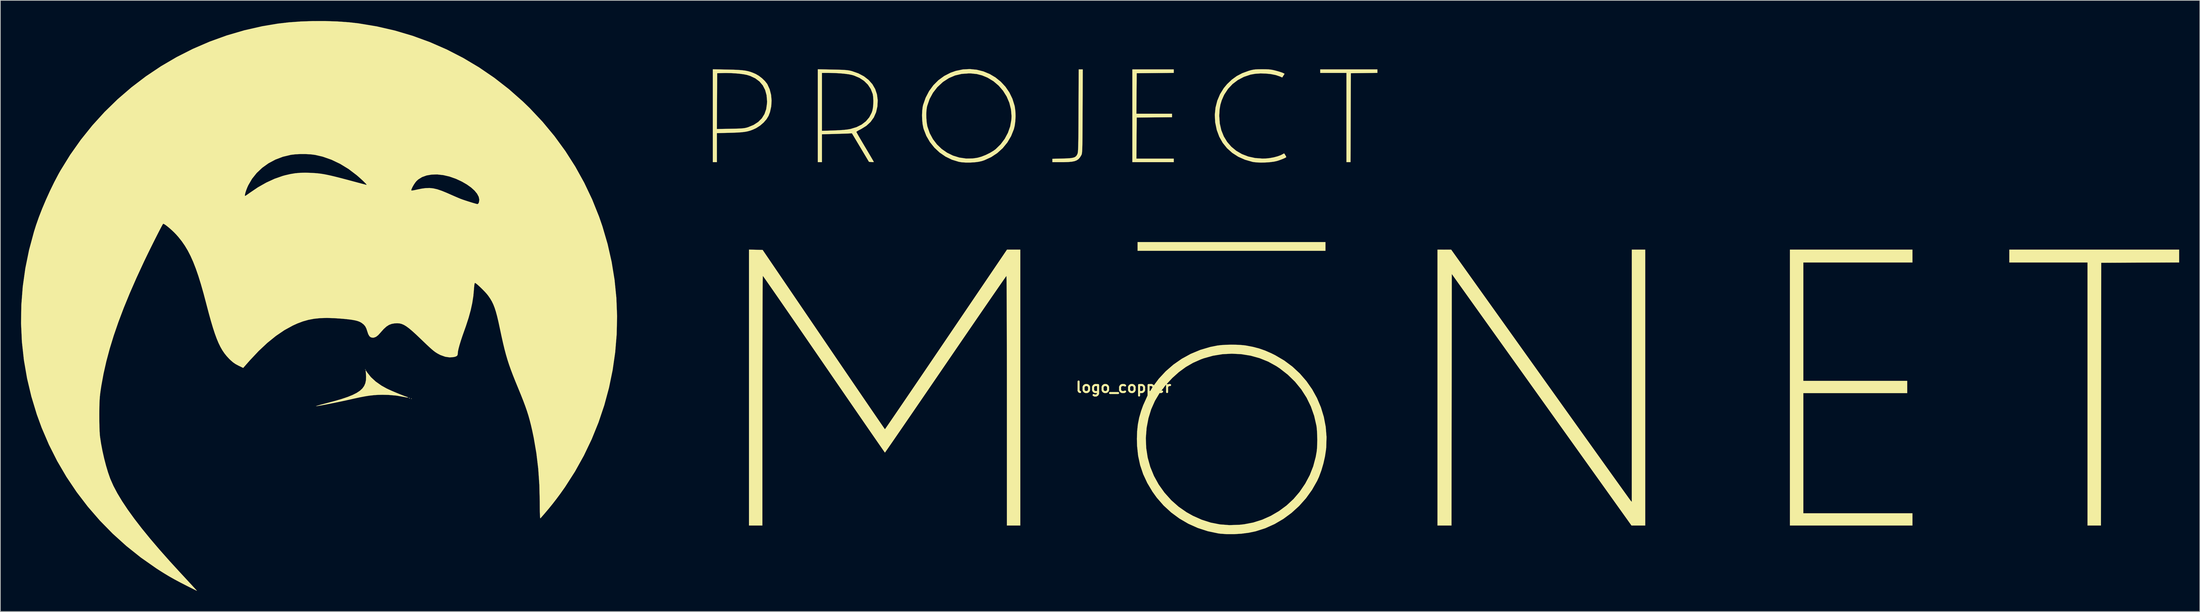
<source format=kicad_pcb>
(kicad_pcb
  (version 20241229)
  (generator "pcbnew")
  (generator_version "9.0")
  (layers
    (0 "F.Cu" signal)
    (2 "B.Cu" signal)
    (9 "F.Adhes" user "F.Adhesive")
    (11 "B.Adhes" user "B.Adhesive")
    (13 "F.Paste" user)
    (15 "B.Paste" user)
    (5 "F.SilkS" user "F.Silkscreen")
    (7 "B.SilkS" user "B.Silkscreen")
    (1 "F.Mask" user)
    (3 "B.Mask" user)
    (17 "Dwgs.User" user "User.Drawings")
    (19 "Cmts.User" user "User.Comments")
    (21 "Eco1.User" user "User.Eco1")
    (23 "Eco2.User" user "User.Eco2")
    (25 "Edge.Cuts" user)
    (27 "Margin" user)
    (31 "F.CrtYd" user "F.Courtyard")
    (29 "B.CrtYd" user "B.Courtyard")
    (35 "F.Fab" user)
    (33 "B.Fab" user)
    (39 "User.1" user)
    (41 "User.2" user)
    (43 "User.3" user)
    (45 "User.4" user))
  (footprint "logo_copper"
    (layer "F.Cu")
    (at 159.985 53.169)
    (property "Reference" "logo_copper" (at 0 0 0) (layer "F.SilkS") (effects (font (size 1.524 1.524) (thickness 0.3))))
    (attr through_hole)
    (fp_poly (pts (xy -109.982 -2.582) (xy -110.024 -2.54) (xy -110.067 -2.582) (xy -110.024 -2.625) (xy -109.982 -2.582)) (stroke (width 0.01) (type solid)) (fill yes) (layer "F.SilkS"))
    (fp_poly (pts (xy -103.293 1.651) (xy -103.336 1.693) (xy -103.378 1.651) (xy -103.336 1.609) (xy -103.293 1.651)) (stroke (width 0.01) (type solid)) (fill yes) (layer "F.SilkS"))
    (fp_poly (pts (xy 29.295 -19.812) (xy 2.032 -19.812) (xy 2.032 -21.082) (xy 29.295 -21.082) (xy 29.295 -19.812)) (stroke (width 0.01) (type solid)) (fill yes) (layer "F.SilkS"))
    (fp_poly (pts (xy -103.576 1.552) (xy -103.587 1.603) (xy -103.632 1.609) (xy -103.702 1.578) (xy -103.688 1.552) (xy -103.588 1.542) (xy -103.576 1.552)) (stroke (width 0.01) (type solid)) (fill yes) (layer "F.SilkS"))
    (fp_poly (pts (xy 153.162 -18.12) (xy 141.859 -18.076) (xy 141.838 0.995) (xy 141.816 20.066) (xy 139.869 20.066) (xy 139.869 -18.119) (xy 128.524 -18.119) (xy 128.524 -19.981) (xy 153.162 -19.981) (xy 153.162 -18.12)) (stroke (width 0.01) (type solid)) (fill yes) (layer "F.SilkS"))
    (fp_poly (pts (xy 36.83 -45.639) (xy 34.904 -45.616) (xy 32.978 -45.593) (xy 32.956 -39.137) (xy 32.934 -32.681) (xy 32.343 -32.681) (xy 32.343 -45.635) (xy 28.533 -45.635) (xy 28.533 -46.143) (xy 36.83 -46.143) (xy 36.83 -45.639)) (stroke (width 0.01) (type solid)) (fill yes) (layer "F.SilkS"))
    (fp_poly (pts (xy 114.469 -18.119) (xy 98.637 -18.119) (xy 98.637 -0.931) (xy 113.707 -0.931) (xy 113.707 0.847) (xy 98.637 0.847) (xy 98.637 18.288) (xy 114.469 18.288) (xy 114.469 20.066) (xy 96.689 20.066) (xy 96.689 -19.981) (xy 114.469 -19.981) (xy 114.469 -18.119)) (stroke (width 0.01) (type solid)) (fill yes) (layer "F.SilkS"))
    (fp_poly (pts (xy 7.281 -45.638) (xy 1.905 -45.593) (xy 1.883 -42.651) (xy 1.86 -39.709) (xy 7.027 -39.709) (xy 7.027 -39.203) (xy 1.905 -39.158) (xy 1.883 -36.174) (xy 1.861 -33.189) (xy 7.281 -33.189) (xy 7.281 -32.681) (xy 1.27 -32.681) (xy 1.27 -46.143) (xy 7.281 -46.143) (xy 7.281 -45.638)) (stroke (width 0.01) (type solid)) (fill yes) (layer "F.SilkS"))
    (fp_poly (pts (xy 75.692 20.066) (xy 73.702 20.066) (xy 47.625 -16.443) (xy 47.604 1.812) (xy 47.582 20.066) (xy 45.551 20.066) (xy 45.551 -19.981) (xy 46.545 -19.979) (xy 47.54 -19.977) (xy 60.452 -1.888) (xy 61.574 -0.316) (xy 62.672 1.222) (xy 63.741 2.719) (xy 64.777 4.169) (xy 65.776 5.567) (xy 66.734 6.908) (xy 67.647 8.184) (xy 68.51 9.391) (xy 69.319 10.522) (xy 70.071 11.573) (xy 70.76 12.536) (xy 71.384 13.407) (xy 71.938 14.179) (xy 72.417 14.847) (xy 72.818 15.405) (xy 73.136 15.847) (xy 73.367 16.168) (xy 73.507 16.36) (xy 73.551 16.419) (xy 73.739 16.637) (xy 73.742 -1.672) (xy 73.745 -19.981) (xy 75.692 -19.981) (xy 75.692 20.066)) (stroke (width 0.01) (type solid)) (fill yes) (layer "F.SilkS"))
    (fp_poly (pts (xy -5.946 -40.069) (xy -5.95 -38.905) (xy -5.955 -37.899) (xy -5.96 -37.038) (xy -5.965 -36.309) (xy -5.972 -35.702) (xy -5.98 -35.204) (xy -5.99 -34.803) (xy -6.001 -34.486) (xy -6.015 -34.242) (xy -6.032 -34.058) (xy -6.052 -33.923) (xy -6.075 -33.824) (xy -6.102 -33.749) (xy -6.127 -33.697) (xy -6.317 -33.383) (xy -6.526 -33.139) (xy -6.778 -32.957) (xy -7.097 -32.829) (xy -7.506 -32.746) (xy -8.028 -32.7) (xy -8.688 -32.682) (xy -8.948 -32.681) (xy -10.329 -32.681) (xy -10.329 -33.17) (xy -8.869 -33.205) (xy -8.242 -33.225) (xy -7.761 -33.257) (xy -7.402 -33.307) (xy -7.141 -33.383) (xy -6.954 -33.491) (xy -6.819 -33.639) (xy -6.711 -33.834) (xy -6.703 -33.851) (xy -6.676 -33.924) (xy -6.652 -34.022) (xy -6.631 -34.157) (xy -6.614 -34.342) (xy -6.599 -34.587) (xy -6.586 -34.905) (xy -6.576 -35.308) (xy -6.567 -35.809) (xy -6.559 -36.419) (xy -6.553 -37.151) (xy -6.547 -38.016) (xy -6.542 -39.027) (xy -6.537 -40.153) (xy -6.513 -46.143) (xy -5.922 -46.143) (xy -5.946 -40.069)) (stroke (width 0.01) (type solid)) (fill yes) (layer "F.SilkS"))
    (fp_poly (pts (xy -109.758 -2.156) (xy -109.213 -1.471) (xy -108.517 -0.83) (xy -107.683 -0.243) (xy -106.948 0.167) (xy -106.627 0.32) (xy -106.204 0.509) (xy -105.72 0.716) (xy -105.218 0.924) (xy -104.74 1.116) (xy -104.326 1.275) (xy -104.018 1.384) (xy -103.985 1.394) (xy -103.825 1.454) (xy -103.81 1.485) (xy -103.917 1.487) (xy -104.125 1.46) (xy -104.403 1.404) (xy -105.491 1.209) (xy -106.659 1.107) (xy -107.527 1.088) (xy -108.156 1.1) (xy -108.764 1.139) (xy -109.386 1.207) (xy -110.057 1.311) (xy -110.811 1.455) (xy -111.683 1.644) (xy -111.905 1.695) (xy -112.52 1.833) (xy -113.19 1.979) (xy -113.888 2.126) (xy -114.587 2.27) (xy -115.258 2.405) (xy -115.875 2.525) (xy -116.41 2.625) (xy -116.836 2.699) (xy -117.126 2.742) (xy -117.136 2.743) (xy -117.178 2.738) (xy -117.071 2.696) (xy -116.833 2.624) (xy -116.48 2.524) (xy -116.029 2.404) (xy -115.612 2.296) (xy -114.45 1.987) (xy -113.445 1.692) (xy -112.589 1.403) (xy -111.872 1.113) (xy -111.283 0.816) (xy -110.814 0.504) (xy -110.454 0.17) (xy -110.194 -0.193) (xy -110.023 -0.592) (xy -109.933 -1.034) (xy -109.913 -1.526) (xy -109.927 -1.814) (xy -109.979 -2.491) (xy -109.758 -2.156)) (stroke (width 0.01) (type solid)) (fill yes) (layer "F.SilkS"))
    (fp_poly (pts (xy -57.425 -46.12) (xy -56.612 -46.1) (xy -55.941 -46.071) (xy -55.385 -46.03) (xy -54.916 -45.971) (xy -54.508 -45.89) (xy -54.134 -45.784) (xy -53.765 -45.647) (xy -53.375 -45.475) (xy -53.36 -45.468) (xy -52.915 -45.208) (xy -52.46 -44.856) (xy -52.048 -44.458) (xy -51.732 -44.061) (xy -51.681 -43.979) (xy -51.354 -43.262) (xy -51.151 -42.465) (xy -51.074 -41.625) (xy -51.125 -40.776) (xy -51.304 -39.955) (xy -51.514 -39.4) (xy -51.808 -38.915) (xy -52.226 -38.435) (xy -52.73 -37.998) (xy -53.278 -37.642) (xy -53.429 -37.565) (xy -53.81 -37.393) (xy -54.176 -37.257) (xy -54.554 -37.152) (xy -54.973 -37.074) (xy -55.463 -37.018) (xy -56.052 -36.978) (xy -56.768 -36.95) (xy -57.129 -36.94) (xy -59.013 -36.894) (xy -59.013 -32.681) (xy -59.605 -32.681) (xy -59.605 -37.491) (xy -59.014 -37.491) (xy -57.045 -37.527) (xy -56.398 -37.54) (xy -55.893 -37.555) (xy -55.502 -37.573) (xy -55.199 -37.599) (xy -54.955 -37.633) (xy -54.745 -37.678) (xy -54.539 -37.737) (xy -54.483 -37.755) (xy -53.681 -38.086) (xy -53.018 -38.514) (xy -52.493 -39.039) (xy -52.106 -39.663) (xy -51.855 -40.386) (xy -51.74 -41.212) (xy -51.731 -41.529) (xy -51.801 -42.392) (xy -52.01 -43.159) (xy -52.354 -43.826) (xy -52.831 -44.389) (xy -53.44 -44.846) (xy -54.176 -45.194) (xy -54.652 -45.341) (xy -55.1 -45.432) (xy -55.671 -45.509) (xy -56.321 -45.569) (xy -57.003 -45.608) (xy -57.674 -45.622) (xy -58.039 -45.618) (xy -58.97 -45.593) (xy -58.992 -41.542) (xy -59.014 -37.491) (xy -59.605 -37.491) (xy -59.605 -46.162) (xy -57.425 -46.12)) (stroke (width 0.01) (type solid)) (fill yes) (layer "F.SilkS"))
    (fp_poly (pts (xy 20.635 -46.165) (xy 21.044 -46.148) (xy 21.389 -46.111) (xy 21.723 -46.049) (xy 22.097 -45.956) (xy 22.111 -45.952) (xy 22.486 -45.847) (xy 22.82 -45.743) (xy 23.065 -45.656) (xy 23.145 -45.621) (xy 23.361 -45.507) (xy 23.021 -44.971) (xy 22.665 -45.127) (xy 22.081 -45.324) (xy 21.384 -45.464) (xy 20.622 -45.542) (xy 19.842 -45.558) (xy 19.093 -45.507) (xy 18.421 -45.388) (xy 18.415 -45.386) (xy 17.455 -45.062) (xy 16.584 -44.605) (xy 15.816 -44.024) (xy 15.162 -43.328) (xy 14.635 -42.528) (xy 14.534 -42.331) (xy 14.245 -41.67) (xy 14.049 -41.026) (xy 13.934 -40.347) (xy 13.888 -39.577) (xy 13.885 -39.336) (xy 13.961 -38.283) (xy 14.184 -37.307) (xy 14.543 -36.415) (xy 15.03 -35.616) (xy 15.637 -34.916) (xy 16.355 -34.325) (xy 17.174 -33.849) (xy 18.085 -33.498) (xy 19.08 -33.28) (xy 20.15 -33.201) (xy 20.695 -33.216) (xy 21.255 -33.277) (xy 21.828 -33.386) (xy 22.365 -33.531) (xy 22.818 -33.699) (xy 23.086 -33.841) (xy 23.238 -33.927) (xy 23.312 -33.942) (xy 23.44 -33.745) (xy 23.548 -33.556) (xy 23.606 -33.428) (xy 23.608 -33.404) (xy 23.45 -33.308) (xy 23.176 -33.182) (xy 22.833 -33.044) (xy 22.467 -32.915) (xy 22.267 -32.852) (xy 21.801 -32.75) (xy 21.221 -32.676) (xy 20.579 -32.632) (xy 19.929 -32.62) (xy 19.323 -32.642) (xy 18.815 -32.7) (xy 18.711 -32.72) (xy 17.622 -33.031) (xy 16.639 -33.468) (xy 15.769 -34.027) (xy 15.016 -34.7) (xy 14.387 -35.482) (xy 13.887 -36.367) (xy 13.523 -37.348) (xy 13.3 -38.42) (xy 13.29 -38.497) (xy 13.237 -39.558) (xy 13.341 -40.6) (xy 13.597 -41.605) (xy 13.998 -42.552) (xy 14.538 -43.423) (xy 15.01 -43.993) (xy 15.701 -44.653) (xy 16.427 -45.18) (xy 17.229 -45.599) (xy 18.148 -45.934) (xy 18.177 -45.943) (xy 18.51 -46.037) (xy 18.804 -46.101) (xy 19.108 -46.141) (xy 19.469 -46.161) (xy 19.936 -46.169) (xy 20.108 -46.17) (xy 20.635 -46.165)) (stroke (width 0.01) (type solid)) (fill yes) (layer "F.SilkS"))
    (fp_poly (pts (xy -42.227 -46.121) (xy -41.539 -46.106) (xy -40.994 -46.09) (xy -40.564 -46.069) (xy -40.224 -46.043) (xy -39.947 -46.009) (xy -39.705 -45.965) (xy -39.473 -45.909) (xy -39.418 -45.894) (xy -38.483 -45.566) (xy -37.672 -45.135) (xy -36.992 -44.608) (xy -36.447 -43.991) (xy -36.043 -43.292) (xy -35.784 -42.518) (xy -35.675 -41.675) (xy -35.72 -40.779) (xy -35.909 -39.932) (xy -36.239 -39.18) (xy -36.71 -38.522) (xy -37.321 -37.959) (xy -38.071 -37.493) (xy -38.138 -37.459) (xy -38.43 -37.307) (xy -38.651 -37.178) (xy -38.768 -37.092) (xy -38.777 -37.076) (xy -38.736 -36.989) (xy -38.617 -36.775) (xy -38.434 -36.453) (xy -38.196 -36.043) (xy -37.913 -35.562) (xy -37.598 -35.029) (xy -37.507 -34.877) (xy -37.185 -34.335) (xy -36.893 -33.841) (xy -36.642 -33.414) (xy -36.442 -33.072) (xy -36.305 -32.834) (xy -36.241 -32.717) (xy -36.237 -32.709) (xy -36.312 -32.691) (xy -36.501 -32.692) (xy -36.59 -32.698) (xy -36.943 -32.724) (xy -38.181 -34.798) (xy -39.42 -36.872) (xy -39.712 -36.85) (xy -39.882 -36.841) (xy -40.191 -36.829) (xy -40.611 -36.815) (xy -41.113 -36.799) (xy -41.667 -36.783) (xy -41.889 -36.777) (xy -43.773 -36.727) (xy -43.773 -32.681) (xy -44.365 -32.681) (xy -44.365 -37.226) (xy -43.773 -37.226) (xy -42.058 -37.283) (xy -41.26 -37.317) (xy -40.608 -37.362) (xy -40.08 -37.42) (xy -39.653 -37.493) (xy -39.611 -37.502) (xy -38.75 -37.764) (xy -38.007 -38.134) (xy -37.39 -38.609) (xy -36.904 -39.184) (xy -36.554 -39.854) (xy -36.448 -40.166) (xy -36.368 -40.566) (xy -36.321 -41.064) (xy -36.309 -41.597) (xy -36.331 -42.103) (xy -36.39 -42.519) (xy -36.408 -42.591) (xy -36.685 -43.303) (xy -37.105 -43.935) (xy -37.657 -44.477) (xy -38.332 -44.919) (xy -39.118 -45.251) (xy -39.415 -45.339) (xy -39.849 -45.428) (xy -40.415 -45.506) (xy -41.077 -45.568) (xy -41.797 -45.611) (xy -42.539 -45.632) (xy -42.778 -45.634) (xy -43.773 -45.635) (xy -43.773 -37.226) (xy -44.365 -37.226) (xy -44.365 -46.164) (xy -42.227 -46.121)) (stroke (width 0.01) (type solid)) (fill yes) (layer "F.SilkS"))
    (fp_poly (pts (xy -21.304 -46.094) (xy -20.342 -45.852) (xy -19.431 -45.475) (xy -18.584 -44.973) (xy -17.816 -44.353) (xy -17.141 -43.626) (xy -16.574 -42.799) (xy -16.128 -41.882) (xy -15.819 -40.882) (xy -15.784 -40.718) (xy -15.698 -40.079) (xy -15.673 -39.367) (xy -15.706 -38.643) (xy -15.797 -37.966) (xy -15.919 -37.465) (xy -16.324 -36.455) (xy -16.869 -35.532) (xy -17.54 -34.71) (xy -18.326 -34) (xy -19.214 -33.414) (xy -20.193 -32.964) (xy -20.532 -32.848) (xy -21.012 -32.737) (xy -21.603 -32.662) (xy -22.251 -32.623) (xy -22.9 -32.623) (xy -23.495 -32.664) (xy -23.913 -32.731) (xy -24.91 -33.038) (xy -25.843 -33.493) (xy -26.695 -34.08) (xy -27.452 -34.786) (xy -28.099 -35.595) (xy -28.62 -36.492) (xy -29 -37.464) (xy -29.057 -37.665) (xy -29.161 -38.194) (xy -29.223 -38.818) (xy -29.243 -39.479) (xy -29.237 -39.657) (xy -28.628 -39.657) (xy -28.616 -39.058) (xy -28.569 -38.474) (xy -28.487 -37.962) (xy -28.458 -37.835) (xy -28.129 -36.882) (xy -27.665 -36.018) (xy -27.081 -35.252) (xy -26.392 -34.593) (xy -25.612 -34.05) (xy -24.756 -33.631) (xy -23.84 -33.348) (xy -22.876 -33.207) (xy -21.881 -33.219) (xy -21.184 -33.321) (xy -20.625 -33.478) (xy -20.009 -33.72) (xy -19.4 -34.019) (xy -18.857 -34.346) (xy -18.561 -34.566) (xy -17.844 -35.265) (xy -17.247 -36.064) (xy -16.78 -36.939) (xy -16.455 -37.868) (xy -16.282 -38.828) (xy -16.256 -39.37) (xy -16.338 -40.35) (xy -16.578 -41.301) (xy -16.962 -42.202) (xy -17.48 -43.034) (xy -18.119 -43.78) (xy -18.867 -44.419) (xy -19.711 -44.932) (xy -19.77 -44.961) (xy -20.539 -45.278) (xy -21.309 -45.473) (xy -22.141 -45.558) (xy -22.479 -45.564) (xy -23.505 -45.49) (xy -24.456 -45.265) (xy -25.341 -44.887) (xy -26.168 -44.352) (xy -26.264 -44.277) (xy -27.03 -43.562) (xy -27.66 -42.75) (xy -28.148 -41.85) (xy -28.486 -40.872) (xy -28.538 -40.659) (xy -28.602 -40.211) (xy -28.628 -39.657) (xy -29.237 -39.657) (xy -29.22 -40.122) (xy -29.153 -40.691) (xy -29.091 -40.978) (xy -28.723 -42.032) (xy -28.224 -42.989) (xy -27.604 -43.84) (xy -26.87 -44.575) (xy -26.032 -45.186) (xy -25.098 -45.665) (xy -24.346 -45.929) (xy -23.32 -46.142) (xy -22.301 -46.194) (xy -21.304 -46.094)) (stroke (width 0.01) (type solid)) (fill yes) (layer "F.SilkS"))
    (fp_poly (pts (xy -53.363 -19.963) (xy -52.371 -19.939) (xy -43.521 -6.926) (xy -42.61 -5.586) (xy -41.725 -4.285) (xy -40.869 -3.029) (xy -40.049 -1.825) (xy -39.268 -0.679) (xy -38.531 0.402) (xy -37.843 1.41) (xy -37.209 2.338) (xy -36.633 3.181) (xy -36.12 3.93) (xy -35.675 4.58) (xy -35.302 5.123) (xy -35.006 5.552) (xy -34.793 5.861) (xy -34.665 6.042) (xy -34.629 6.091) (xy -34.578 6.022) (xy -34.436 5.82) (xy -34.209 5.492) (xy -33.902 5.044) (xy -33.518 4.483) (xy -33.063 3.816) (xy -32.54 3.051) (xy -31.956 2.193) (xy -31.314 1.25) (xy -30.62 0.229) (xy -29.878 -0.863) (xy -29.092 -2.02) (xy -28.267 -3.235) (xy -27.409 -4.501) (xy -26.521 -5.81) (xy -25.753 -6.944) (xy -16.919 -19.981) (xy -14.986 -19.981) (xy -14.986 20.066) (xy -16.933 20.066) (xy -16.933 1.947) (xy -16.934 0.209) (xy -16.934 -1.485) (xy -16.936 -3.125) (xy -16.938 -4.704) (xy -16.94 -6.215) (xy -16.943 -7.649) (xy -16.946 -8.999) (xy -16.95 -10.257) (xy -16.954 -11.415) (xy -16.958 -12.466) (xy -16.963 -13.402) (xy -16.968 -14.216) (xy -16.974 -14.898) (xy -16.979 -15.442) (xy -16.985 -15.84) (xy -16.991 -16.084) (xy -16.997 -16.167) (xy -17.05 -16.098) (xy -17.195 -15.895) (xy -17.425 -15.567) (xy -17.736 -15.12) (xy -18.124 -14.56) (xy -18.583 -13.895) (xy -19.11 -13.132) (xy -19.698 -12.277) (xy -20.344 -11.338) (xy -21.042 -10.321) (xy -21.788 -9.234) (xy -22.577 -8.083) (xy -23.405 -6.874) (xy -24.266 -5.616) (xy -25.156 -4.315) (xy -25.823 -3.34) (xy -26.73 -2.012) (xy -27.613 -0.722) (xy -28.465 0.523) (xy -29.282 1.716) (xy -30.059 2.851) (xy -30.791 3.92) (xy -31.475 4.916) (xy -32.104 5.833) (xy -32.675 6.663) (xy -33.182 7.4) (xy -33.621 8.037) (xy -33.987 8.566) (xy -34.275 8.982) (xy -34.481 9.276) (xy -34.599 9.443) (xy -34.628 9.48) (xy -34.68 9.411) (xy -34.822 9.21) (xy -35.051 8.882) (xy -35.362 8.436) (xy -35.749 7.877) (xy -36.208 7.213) (xy -36.734 6.452) (xy -37.323 5.598) (xy -37.969 4.661) (xy -38.669 3.645) (xy -39.416 2.559) (xy -40.208 1.41) (xy -41.037 0.203) (xy -41.901 -1.053) (xy -42.794 -2.353) (xy -43.476 -3.347) (xy -44.388 -4.674) (xy -45.274 -5.963) (xy -46.13 -7.208) (xy -46.951 -8.401) (xy -47.733 -9.535) (xy -48.47 -10.603) (xy -49.158 -11.599) (xy -49.791 -12.516) (xy -50.366 -13.347) (xy -50.878 -14.084) (xy -51.321 -14.722) (xy -51.69 -15.252) (xy -51.983 -15.669) (xy -52.192 -15.965) (xy -52.314 -16.133) (xy -52.345 -16.171) (xy -52.351 -16.088) (xy -52.357 -15.843) (xy -52.363 -15.444) (xy -52.368 -14.899) (xy -52.374 -14.216) (xy -52.379 -13.402) (xy -52.384 -12.466) (xy -52.388 -11.414) (xy -52.392 -10.255) (xy -52.396 -8.996) (xy -52.399 -7.646) (xy -52.402 -6.211) (xy -52.404 -4.7) (xy -52.406 -3.12) (xy -52.408 -1.48) (xy -52.408 0.214) (xy -52.409 1.947) (xy -52.409 20.066) (xy -54.356 20.066) (xy -54.356 -19.987) (xy -53.363 -19.963)) (stroke (width 0.01) (type solid)) (fill yes) (layer "F.SilkS"))
    (fp_poly (pts (xy 16.329 -6.176) (xy 17.022 -6.142) (xy 17.614 -6.083) (xy 17.74 -6.064) (xy 18.754 -5.872) (xy 19.668 -5.633) (xy 20.543 -5.327) (xy 21.442 -4.933) (xy 22.013 -4.648) (xy 23.307 -3.887) (xy 24.496 -3) (xy 25.572 -1.999) (xy 26.53 -0.896) (xy 27.364 0.297) (xy 28.067 1.57) (xy 28.633 2.91) (xy 29.057 4.307) (xy 29.331 5.747) (xy 29.449 7.221) (xy 29.406 8.717) (xy 29.375 9.042) (xy 29.226 10.033) (xy 28.996 11.06) (xy 28.701 12.067) (xy 28.355 13) (xy 28.087 13.586) (xy 27.341 14.897) (xy 26.465 16.114) (xy 25.471 17.228) (xy 24.373 18.229) (xy 23.182 19.107) (xy 21.911 19.852) (xy 20.572 20.454) (xy 19.178 20.902) (xy 19.129 20.914) (xy 18.164 21.114) (xy 17.116 21.251) (xy 16.038 21.32) (xy 14.985 21.32) (xy 14.011 21.248) (xy 13.71 21.206) (xy 12.21 20.89) (xy 10.768 20.421) (xy 9.396 19.806) (xy 8.104 19.053) (xy 6.904 18.168) (xy 5.806 17.158) (xy 4.822 16.03) (xy 4.193 15.155) (xy 3.441 13.893) (xy 2.847 12.618) (xy 2.407 11.311) (xy 2.112 9.951) (xy 1.959 8.518) (xy 1.932 7.493) (xy 1.935 7.379) (xy 3.228 7.379) (xy 3.282 8.811) (xy 3.498 10.21) (xy 3.874 11.566) (xy 4.407 12.87) (xy 5.093 14.114) (xy 5.93 15.29) (xy 6.915 16.388) (xy 6.945 16.418) (xy 7.987 17.34) (xy 9.138 18.14) (xy 10.056 18.654) (xy 11.348 19.23) (xy 12.651 19.646) (xy 13.984 19.905) (xy 15.359 20.009) (xy 16.794 19.961) (xy 17.484 19.887) (xy 18.809 19.634) (xy 20.108 19.223) (xy 21.361 18.665) (xy 22.551 17.97) (xy 23.657 17.152) (xy 24.661 16.219) (xy 25.534 15.198) (xy 26.353 13.994) (xy 27.012 12.759) (xy 27.518 11.473) (xy 27.879 10.119) (xy 28.018 9.339) (xy 28.067 8.868) (xy 28.096 8.281) (xy 28.105 7.63) (xy 28.094 6.966) (xy 28.064 6.341) (xy 28.016 5.806) (xy 27.985 5.588) (xy 27.66 4.158) (xy 27.182 2.796) (xy 26.556 1.509) (xy 25.786 0.305) (xy 24.876 -0.81) (xy 23.832 -1.828) (xy 22.659 -2.744) (xy 22.162 -3.075) (xy 20.992 -3.72) (xy 19.744 -4.225) (xy 18.436 -4.587) (xy 17.086 -4.805) (xy 15.713 -4.878) (xy 14.334 -4.804) (xy 12.969 -4.58) (xy 11.635 -4.206) (xy 11.218 -4.055) (xy 10.08 -3.551) (xy 9.026 -2.942) (xy 8.024 -2.205) (xy 7.083 -1.363) (xy 6.078 -0.292) (xy 5.234 0.817) (xy 4.546 1.975) (xy 4.006 3.194) (xy 3.609 4.486) (xy 3.347 5.864) (xy 3.34 5.92) (xy 3.228 7.379) (xy 1.935 7.379) (xy 1.967 6.387) (xy 2.074 5.382) (xy 2.262 4.42) (xy 2.543 3.443) (xy 2.838 2.624) (xy 3.46 1.243) (xy 4.219 -0.046) (xy 5.106 -1.236) (xy 6.111 -2.319) (xy 7.224 -3.287) (xy 8.436 -4.132) (xy 9.736 -4.846) (xy 11.116 -5.422) (xy 12.564 -5.851) (xy 13.601 -6.058) (xy 14.17 -6.125) (xy 14.85 -6.167) (xy 15.587 -6.184) (xy 16.329 -6.176)) (stroke (width 0.01) (type solid)) (fill yes) (layer "F.SilkS"))
    (fp_poly (pts (xy -114.118 -53.106) (xy -112.431 -52.987) (xy -111.04 -52.831) (xy -108.36 -52.386) (xy -105.731 -51.781) (xy -103.157 -51.018) (xy -100.645 -50.1) (xy -98.199 -49.029) (xy -95.825 -47.808) (xy -93.529 -46.44) (xy -91.315 -44.928) (xy -89.19 -43.273) (xy -87.158 -41.48) (xy -86.154 -40.507) (xy -84.303 -38.537) (xy -82.583 -36.463) (xy -81 -34.292) (xy -79.557 -32.031) (xy -78.257 -29.684) (xy -77.105 -27.259) (xy -76.104 -24.761) (xy -75.623 -23.368) (xy -74.871 -20.798) (xy -74.284 -18.201) (xy -73.859 -15.586) (xy -73.597 -12.959) (xy -73.494 -10.329) (xy -73.552 -7.703) (xy -73.767 -5.089) (xy -74.14 -2.495) (xy -74.668 0.073) (xy -75.351 2.605) (xy -76.187 5.095) (xy -77.175 7.534) (xy -78.314 9.915) (xy -79.603 12.231) (xy -81.04 14.473) (xy -81.726 15.444) (xy -82.284 16.196) (xy -82.833 16.905) (xy -83.407 17.614) (xy -84.042 18.364) (xy -84.619 19.026) (xy -84.647 19) (xy -84.67 18.849) (xy -84.687 18.562) (xy -84.701 18.133) (xy -84.709 17.553) (xy -84.714 16.814) (xy -84.715 16.613) (xy -84.772 14.17) (xy -84.934 11.829) (xy -85.205 9.559) (xy -85.588 7.325) (xy -85.811 6.262) (xy -85.988 5.498) (xy -86.166 4.795) (xy -86.356 4.122) (xy -86.568 3.449) (xy -86.812 2.747) (xy -87.097 1.983) (xy -87.435 1.128) (xy -87.836 0.151) (xy -87.845 0.127) (xy -88.253 -0.865) (xy -88.604 -1.746) (xy -88.907 -2.546) (xy -89.172 -3.295) (xy -89.408 -4.025) (xy -89.624 -4.765) (xy -89.831 -5.547) (xy -90.036 -6.4) (xy -90.25 -7.356) (xy -90.482 -8.443) (xy -90.514 -8.594) (xy -90.714 -9.524) (xy -90.9 -10.309) (xy -91.079 -10.972) (xy -91.26 -11.536) (xy -91.45 -12.023) (xy -91.658 -12.455) (xy -91.893 -12.856) (xy -92.163 -13.249) (xy -92.241 -13.355) (xy -92.443 -13.602) (xy -92.707 -13.892) (xy -93.007 -14.201) (xy -93.317 -14.504) (xy -93.61 -14.776) (xy -93.86 -14.991) (xy -94.041 -15.124) (xy -94.114 -15.155) (xy -94.165 -15.073) (xy -94.21 -14.834) (xy -94.248 -14.452) (xy -94.262 -14.245) (xy -94.352 -13.246) (xy -94.507 -12.241) (xy -94.733 -11.201) (xy -95.037 -10.095) (xy -95.426 -8.895) (xy -95.653 -8.255) (xy -95.93 -7.472) (xy -96.166 -6.759) (xy -96.357 -6.133) (xy -96.497 -5.612) (xy -96.581 -5.215) (xy -96.605 -4.986) (xy -96.628 -4.728) (xy -96.722 -4.565) (xy -96.922 -4.458) (xy -97.172 -4.392) (xy -97.78 -4.338) (xy -98.432 -4.434) (xy -99.103 -4.673) (xy -99.243 -4.742) (xy -99.477 -4.864) (xy -99.69 -4.989) (xy -99.903 -5.131) (xy -100.131 -5.304) (xy -100.394 -5.524) (xy -100.709 -5.806) (xy -101.094 -6.165) (xy -101.567 -6.615) (xy -102.041 -7.07) (xy -102.679 -7.677) (xy -103.221 -8.169) (xy -103.683 -8.557) (xy -104.083 -8.852) (xy -104.438 -9.063) (xy -104.766 -9.201) (xy -105.085 -9.276) (xy -105.411 -9.299) (xy -105.763 -9.28) (xy -105.771 -9.28) (xy -106.206 -9.203) (xy -106.596 -9.053) (xy -106.972 -8.81) (xy -107.361 -8.456) (xy -107.794 -7.971) (xy -107.827 -7.932) (xy -108.166 -7.562) (xy -108.466 -7.33) (xy -108.757 -7.216) (xy -108.952 -7.197) (xy -109.219 -7.248) (xy -109.43 -7.413) (xy -109.602 -7.712) (xy -109.729 -8.086) (xy -109.874 -8.527) (xy -110.038 -8.85) (xy -110.254 -9.105) (xy -110.54 -9.333) (xy -110.792 -9.481) (xy -111.1 -9.604) (xy -111.487 -9.707) (xy -111.976 -9.796) (xy -112.589 -9.875) (xy -113.327 -9.948) (xy -114.535 -10.034) (xy -115.609 -10.066) (xy -116.574 -10.038) (xy -117.457 -9.948) (xy -118.285 -9.791) (xy -119.084 -9.565) (xy -119.881 -9.265) (xy -120.523 -8.975) (xy -121.752 -8.303) (xy -122.991 -7.462) (xy -124.239 -6.452) (xy -125.497 -5.274) (xy -126.763 -3.928) (xy -126.879 -3.797) (xy -127.747 -2.811) (xy -128.447 -3.152) (xy -128.869 -3.379) (xy -129.234 -3.632) (xy -129.604 -3.957) (xy -129.789 -4.139) (xy -130.141 -4.519) (xy -130.465 -4.923) (xy -130.766 -5.365) (xy -131.051 -5.861) (xy -131.325 -6.423) (xy -131.593 -7.065) (xy -131.863 -7.803) (xy -132.139 -8.649) (xy -132.427 -9.618) (xy -132.734 -10.724) (xy -133.065 -11.981) (xy -133.103 -12.129) (xy -133.498 -13.622) (xy -133.879 -14.96) (xy -134.251 -16.158) (xy -134.622 -17.231) (xy -134.996 -18.191) (xy -135.381 -19.053) (xy -135.781 -19.832) (xy -136.205 -20.541) (xy -136.656 -21.194) (xy -137.142 -21.805) (xy -137.471 -22.177) (xy -137.774 -22.49) (xy -138.106 -22.806) (xy -138.443 -23.106) (xy -138.761 -23.368) (xy -139.035 -23.575) (xy -139.243 -23.705) (xy -139.358 -23.738) (xy -139.368 -23.733) (xy -139.436 -23.626) (xy -139.569 -23.387) (xy -139.756 -23.034) (xy -139.988 -22.586) (xy -140.255 -22.064) (xy -140.548 -21.485) (xy -140.856 -20.87) (xy -141.17 -20.238) (xy -141.48 -19.608) (xy -141.776 -19) (xy -142.049 -18.432) (xy -142.138 -18.246) (xy -143.228 -15.89) (xy -144.209 -13.648) (xy -145.084 -11.511) (xy -145.857 -9.465) (xy -146.533 -7.501) (xy -147.114 -5.607) (xy -147.604 -3.772) (xy -148.008 -1.985) (xy -148.329 -0.233) (xy -148.431 0.434) (xy -148.493 0.89) (xy -148.54 1.318) (xy -148.575 1.754) (xy -148.599 2.231) (xy -148.615 2.784) (xy -148.623 3.447) (xy -148.626 4.022) (xy -148.622 4.946) (xy -148.607 5.759) (xy -148.579 6.443) (xy -148.541 6.983) (xy -148.518 7.197) (xy -148.366 8.195) (xy -148.165 9.25) (xy -147.924 10.319) (xy -147.654 11.359) (xy -147.367 12.325) (xy -147.072 13.175) (xy -147.01 13.334) (xy -146.573 14.32) (xy -146.009 15.386) (xy -145.317 16.534) (xy -144.496 17.766) (xy -143.544 19.083) (xy -142.46 20.489) (xy -141.242 21.983) (xy -139.889 23.569) (xy -138.4 25.249) (xy -136.995 26.784) (xy -136.38 27.447) (xy -135.871 27.997) (xy -135.459 28.443) (xy -135.133 28.796) (xy -134.884 29.067) (xy -134.703 29.265) (xy -134.58 29.402) (xy -134.505 29.487) (xy -134.47 29.532) (xy -134.464 29.546) (xy -134.465 29.546) (xy -134.546 29.509) (xy -134.754 29.407) (xy -135.065 29.252) (xy -135.457 29.056) (xy -135.904 28.831) (xy -135.932 28.817) (xy -136.881 28.331) (xy -137.719 27.882) (xy -138.491 27.445) (xy -139.245 26.992) (xy -140.025 26.499) (xy -140.377 26.269) (xy -142.591 24.717) (xy -144.694 23.041) (xy -146.682 21.246) (xy -148.551 19.338) (xy -150.295 17.325) (xy -151.911 15.211) (xy -153.393 13.003) (xy -154.736 10.708) (xy -155.935 8.331) (xy -156.987 5.878) (xy -157.692 3.946) (xy -158.482 1.342) (xy -159.106 -1.287) (xy -159.564 -3.937) (xy -159.856 -6.601) (xy -159.98 -9.274) (xy -159.939 -11.95) (xy -159.731 -14.623) (xy -159.356 -17.288) (xy -158.815 -19.939) (xy -158.107 -22.57) (xy -157.803 -23.537) (xy -157.397 -24.694) (xy -156.911 -25.942) (xy -156.363 -27.234) (xy -156.089 -27.837) (xy -127.503 -27.837) (xy -127.471 -27.771) (xy -127.382 -27.818) (xy -127.191 -27.943) (xy -126.934 -28.125) (xy -126.805 -28.218) (xy -126.156 -28.657) (xy -103.354 -28.657) (xy -103.35 -28.561) (xy -103.253 -28.559) (xy -103.031 -28.592) (xy -102.724 -28.652) (xy -102.558 -28.69) (xy -101.867 -28.833) (xy -101.259 -28.914) (xy -100.699 -28.928) (xy -100.15 -28.871) (xy -99.576 -28.737) (xy -98.943 -28.523) (xy -98.212 -28.224) (xy -97.971 -28.118) (xy -97.495 -27.908) (xy -97.036 -27.707) (xy -96.632 -27.534) (xy -96.321 -27.403) (xy -96.191 -27.35) (xy -95.929 -27.254) (xy -95.581 -27.135) (xy -95.183 -27.006) (xy -94.773 -26.877) (xy -94.386 -26.759) (xy -94.06 -26.665) (xy -93.83 -26.605) (xy -93.745 -26.589) (xy -93.641 -26.657) (xy -93.548 -26.818) (xy -93.482 -27.222) (xy -93.571 -27.652) (xy -93.807 -28.099) (xy -94.179 -28.554) (xy -94.678 -29.006) (xy -95.295 -29.445) (xy -96.019 -29.862) (xy -96.842 -30.246) (xy -96.901 -30.271) (xy -97.813 -30.592) (xy -98.71 -30.8) (xy -99.574 -30.895) (xy -100.388 -30.878) (xy -101.133 -30.751) (xy -101.792 -30.515) (xy -102.347 -30.17) (xy -102.615 -29.921) (xy -102.797 -29.694) (xy -102.984 -29.415) (xy -103.152 -29.124) (xy -103.283 -28.859) (xy -103.354 -28.657) (xy -126.156 -28.657) (xy -125.614 -29.024) (xy -124.402 -29.711) (xy -123.195 -30.267) (xy -122.015 -30.68) (xy -121.666 -30.776) (xy -120.895 -30.953) (xy -120.19 -31.07) (xy -119.488 -31.132) (xy -118.725 -31.147) (xy -118.164 -31.134) (xy -117.696 -31.114) (xy -117.263 -31.087) (xy -116.848 -31.049) (xy -116.428 -30.996) (xy -115.986 -30.924) (xy -115.502 -30.829) (xy -114.954 -30.708) (xy -114.325 -30.556) (xy -113.594 -30.37) (xy -112.741 -30.146) (xy -111.746 -29.879) (xy -111.653 -29.854) (xy -111.132 -29.714) (xy -110.667 -29.591) (xy -110.283 -29.49) (xy -110.003 -29.418) (xy -109.853 -29.382) (xy -109.836 -29.379) (xy -109.847 -29.431) (xy -109.967 -29.574) (xy -110.174 -29.787) (xy -110.449 -30.051) (xy -110.771 -30.347) (xy -111.12 -30.654) (xy -111.294 -30.802) (xy -112.458 -31.686) (xy -113.678 -32.432) (xy -114.935 -33.033) (xy -116.214 -33.48) (xy -117.324 -33.736) (xy -117.952 -33.815) (xy -118.676 -33.855) (xy -119.435 -33.858) (xy -120.162 -33.822) (xy -120.794 -33.749) (xy -120.84 -33.741) (xy -121.99 -33.464) (xy -123.074 -33.053) (xy -124.078 -32.516) (xy -124.987 -31.865) (xy -125.788 -31.11) (xy -126.466 -30.261) (xy -127.008 -29.329) (xy -127.14 -29.041) (xy -127.29 -28.662) (xy -127.406 -28.314) (xy -127.48 -28.028) (xy -127.503 -27.837) (xy -156.089 -27.837) (xy -155.776 -28.527) (xy -155.167 -29.774) (xy -154.559 -30.93) (xy -154.265 -31.454) (xy -152.85 -33.745) (xy -151.306 -35.931) (xy -149.639 -38.008) (xy -147.856 -39.971) (xy -145.962 -41.816) (xy -143.963 -43.538) (xy -141.867 -45.135) (xy -139.679 -46.6) (xy -137.406 -47.931) (xy -135.054 -49.122) (xy -132.628 -50.17) (xy -130.137 -51.071) (xy -127.584 -51.819) (xy -124.978 -52.412) (xy -122.724 -52.79) (xy -121.131 -52.974) (xy -119.429 -53.098) (xy -117.662 -53.161) (xy -115.876 -53.164) (xy -114.118 -53.106)) (stroke (width 0.01) (type solid)) (fill yes) (layer "F.SilkS")))
  (gr_rect
    (start -3 -3)
    (end 316.152 85.72)
    (stroke (width 0.1) (type default))
    (fill no)
    (layer "Edge.Cuts")))
</source>
